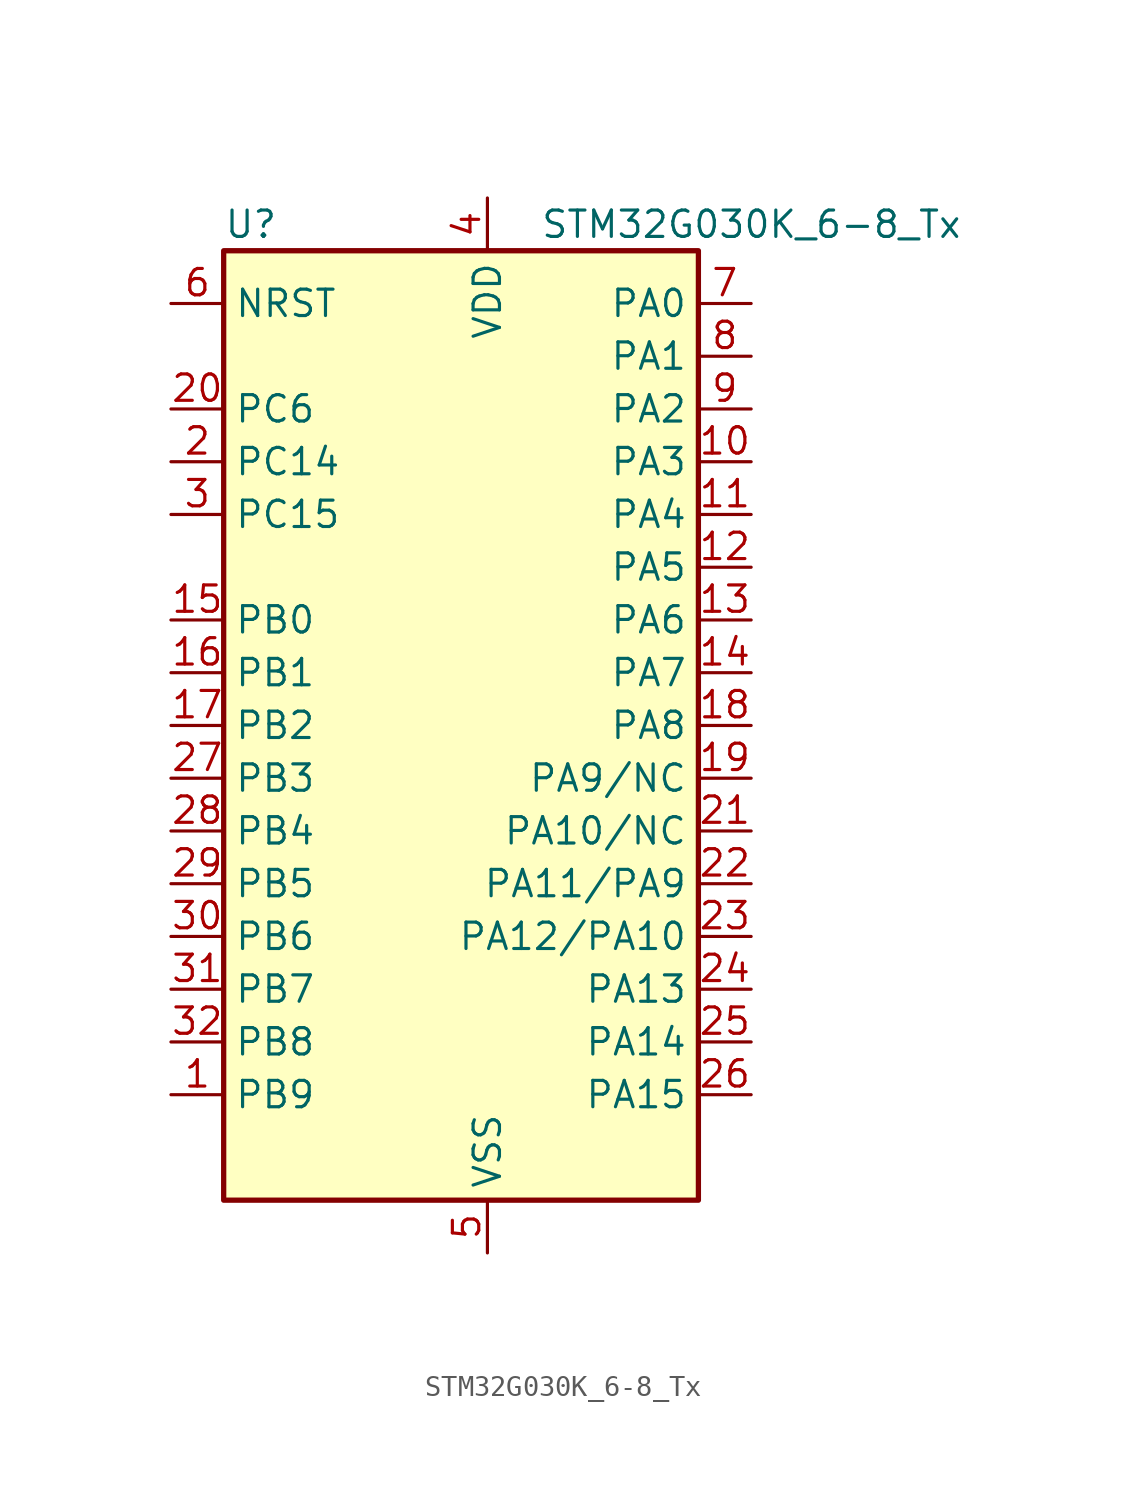
<source format=kicad_sym>
(kicad_symbol_lib
  (version 20220914)
  (generator kicad_symbol_editor)
  (symbol "STM32G030K_6-8_Tx"
    (property "Reference" "U"
      (at -10.16 24.13 0)
      (effects (font (size 1.27 1.27)) (justify left)))
    (property "Value" "STM32G030K_6-8_Tx"
      (at 5.08 24.13 0)
      (effects (font (size 1.27 1.27)) (justify left)))
    (property "ki_locked" ""
      (at 0 0 0)
      (effects (font (size 1.27 1.27))))
    (symbol "STM32G030K_6-8_Tx_0_1"
      (rectangle (start -10.16 -22.86) (end 12.7 22.86) (stroke (width 0.254) (type default)) (fill (type background))))
    (symbol "STM32G030K_6-8_Tx_1_1"
      (pin bidirectional line (at -12.7 -17.78 0) (length 2.54) (name "PB9" (effects (font (size 1.27 1.27)))) (number "1" (effects (font (size 1.27 1.27)))) (alternate "I2C1_SDA" bidirectional line) (alternate "IR_OUT" bidirectional line) (alternate "SPI2_NSS" bidirectional line) (alternate "TIM17_CH1" bidirectional line))
      (pin bidirectional line (at 15.24 12.7 180) (length 2.54) (name "PA3" (effects (font (size 1.27 1.27)))) (number "10" (effects (font (size 1.27 1.27)))) (alternate "ADC1_IN3" bidirectional line) (alternate "SPI2_MISO" bidirectional line) (alternate "USART2_RX" bidirectional line))
      (pin bidirectional line (at 15.24 10.16 180) (length 2.54) (name "PA4" (effects (font (size 1.27 1.27)))) (number "11" (effects (font (size 1.27 1.27)))) (alternate "ADC1_IN4" bidirectional line) (alternate "I2S1_WS" bidirectional line) (alternate "RTC_OUT_ALARM" bidirectional line) (alternate "RTC_OUT_CALIB" bidirectional line) (alternate "RTC_TAMP_IN1" bidirectional line) (alternate "RTC_TS" bidirectional line) (alternate "SPI1_NSS" bidirectional line) (alternate "SPI2_MOSI" bidirectional line) (alternate "SYS_WKUP2" bidirectional line) (alternate "TIM14_CH1" bidirectional line))
      (pin bidirectional line (at 15.24 7.62 180) (length 2.54) (name "PA5" (effects (font (size 1.27 1.27)))) (number "12" (effects (font (size 1.27 1.27)))) (alternate "ADC1_IN5" bidirectional line) (alternate "I2S1_CK" bidirectional line) (alternate "SPI1_SCK" bidirectional line))
      (pin bidirectional line (at 15.24 5.08 180) (length 2.54) (name "PA6" (effects (font (size 1.27 1.27)))) (number "13" (effects (font (size 1.27 1.27)))) (alternate "ADC1_IN6" bidirectional line) (alternate "I2S1_MCK" bidirectional line) (alternate "SPI1_MISO" bidirectional line) (alternate "TIM16_CH1" bidirectional line) (alternate "TIM1_BK" bidirectional line) (alternate "TIM3_CH1" bidirectional line))
      (pin bidirectional line (at 15.24 2.54 180) (length 2.54) (name "PA7" (effects (font (size 1.27 1.27)))) (number "14" (effects (font (size 1.27 1.27)))) (alternate "ADC1_IN7" bidirectional line) (alternate "I2S1_SD" bidirectional line) (alternate "SPI1_MOSI" bidirectional line) (alternate "TIM14_CH1" bidirectional line) (alternate "TIM17_CH1" bidirectional line) (alternate "TIM1_CH1N" bidirectional line) (alternate "TIM3_CH2" bidirectional line))
      (pin bidirectional line (at -12.7 5.08 0) (length 2.54) (name "PB0" (effects (font (size 1.27 1.27)))) (number "15" (effects (font (size 1.27 1.27)))) (alternate "ADC1_IN8" bidirectional line) (alternate "I2S1_WS" bidirectional line) (alternate "SPI1_NSS" bidirectional line) (alternate "TIM1_CH2N" bidirectional line) (alternate "TIM3_CH3" bidirectional line))
      (pin bidirectional line (at -12.7 2.54 0) (length 2.54) (name "PB1" (effects (font (size 1.27 1.27)))) (number "16" (effects (font (size 1.27 1.27)))) (alternate "ADC1_IN9" bidirectional line) (alternate "TIM14_CH1" bidirectional line) (alternate "TIM1_CH3N" bidirectional line) (alternate "TIM3_CH4" bidirectional line))
      (pin bidirectional line (at -12.7 0 0) (length 2.54) (name "PB2" (effects (font (size 1.27 1.27)))) (number "17" (effects (font (size 1.27 1.27)))) (alternate "ADC1_IN10" bidirectional line) (alternate "SPI2_MISO" bidirectional line))
      (pin bidirectional line (at 15.24 0 180) (length 2.54) (name "PA8" (effects (font (size 1.27 1.27)))) (number "18" (effects (font (size 1.27 1.27)))) (alternate "RCC_MCO" bidirectional line) (alternate "SPI2_NSS" bidirectional line) (alternate "TIM1_CH1" bidirectional line))
      (pin bidirectional line (at 15.24 -2.54 180) (length 2.54) (name "PA9/NC" (effects (font (size 1.27 1.27)))) (number "19" (effects (font (size 1.27 1.27)))) (alternate "I2C1_SCL" bidirectional line) (alternate "RCC_MCO" bidirectional line) (alternate "SPI2_MISO" bidirectional line) (alternate "TIM1_CH2" bidirectional line) (alternate "USART1_TX" bidirectional line))
      (pin bidirectional line (at -12.7 12.7 0) (length 2.54) (name "PC14" (effects (font (size 1.27 1.27)))) (number "2" (effects (font (size 1.27 1.27)))) (alternate "RCC_OSC32_IN" bidirectional line) (alternate "RCC_OSC_IN" bidirectional line) (alternate "TIM1_BK2" bidirectional line))
      (pin bidirectional line (at -12.7 15.24 0) (length 2.54) (name "PC6" (effects (font (size 1.27 1.27)))) (number "20" (effects (font (size 1.27 1.27)))) (alternate "TIM3_CH1" bidirectional line))
      (pin bidirectional line (at 15.24 -5.08 180) (length 2.54) (name "PA10/NC" (effects (font (size 1.27 1.27)))) (number "21" (effects (font (size 1.27 1.27)))) (alternate "I2C1_SDA" bidirectional line) (alternate "SPI2_MOSI" bidirectional line) (alternate "TIM17_BK" bidirectional line) (alternate "TIM1_CH3" bidirectional line) (alternate "USART1_RX" bidirectional line))
      (pin bidirectional line (at 15.24 -7.62 180) (length 2.54) (name "PA11/PA9" (effects (font (size 1.27 1.27)))) (number "22" (effects (font (size 1.27 1.27)))) (alternate "ADC1_EXTI11" bidirectional line) (alternate "ADC1_IN15" bidirectional line) (alternate "I2C2_SCL" bidirectional line) (alternate "I2S1_MCK" bidirectional line) (alternate "SPI1_MISO" bidirectional line) (alternate "TIM1_BK2" bidirectional line) (alternate "TIM1_CH4" bidirectional line) (alternate "USART1_CTS" bidirectional line) (alternate "USART1_NSS" bidirectional line))
      (pin bidirectional line (at 15.24 -10.16 180) (length 2.54) (name "PA12/PA10" (effects (font (size 1.27 1.27)))) (number "23" (effects (font (size 1.27 1.27)))) (alternate "ADC1_IN16" bidirectional line) (alternate "I2C2_SDA" bidirectional line) (alternate "I2S1_SD" bidirectional line) (alternate "I2S_CKIN" bidirectional line) (alternate "SPI1_MOSI" bidirectional line) (alternate "TIM1_ETR" bidirectional line) (alternate "USART1_CK" bidirectional line) (alternate "USART1_DE" bidirectional line) (alternate "USART1_RTS" bidirectional line))
      (pin bidirectional line (at 15.24 -12.7 180) (length 2.54) (name "PA13" (effects (font (size 1.27 1.27)))) (number "24" (effects (font (size 1.27 1.27)))) (alternate "ADC1_IN17" bidirectional line) (alternate "IR_OUT" bidirectional line) (alternate "SYS_SWDIO" bidirectional line))
      (pin bidirectional line (at 15.24 -15.24 180) (length 2.54) (name "PA14" (effects (font (size 1.27 1.27)))) (number "25" (effects (font (size 1.27 1.27)))) (alternate "ADC1_IN18" bidirectional line) (alternate "SYS_SWCLK" bidirectional line) (alternate "USART2_TX" bidirectional line))
      (pin bidirectional line (at 15.24 -17.78 180) (length 2.54) (name "PA15" (effects (font (size 1.27 1.27)))) (number "26" (effects (font (size 1.27 1.27)))) (alternate "I2S1_WS" bidirectional line) (alternate "SPI1_NSS" bidirectional line) (alternate "USART2_RX" bidirectional line))
      (pin bidirectional line (at -12.7 -2.54 0) (length 2.54) (name "PB3" (effects (font (size 1.27 1.27)))) (number "27" (effects (font (size 1.27 1.27)))) (alternate "I2S1_CK" bidirectional line) (alternate "SPI1_SCK" bidirectional line) (alternate "TIM1_CH2" bidirectional line) (alternate "USART1_CK" bidirectional line) (alternate "USART1_DE" bidirectional line) (alternate "USART1_RTS" bidirectional line))
      (pin bidirectional line (at -12.7 -5.08 0) (length 2.54) (name "PB4" (effects (font (size 1.27 1.27)))) (number "28" (effects (font (size 1.27 1.27)))) (alternate "I2S1_MCK" bidirectional line) (alternate "SPI1_MISO" bidirectional line) (alternate "TIM17_BK" bidirectional line) (alternate "TIM3_CH1" bidirectional line) (alternate "USART1_CTS" bidirectional line) (alternate "USART1_NSS" bidirectional line))
      (pin bidirectional line (at -12.7 -7.62 0) (length 2.54) (name "PB5" (effects (font (size 1.27 1.27)))) (number "29" (effects (font (size 1.27 1.27)))) (alternate "I2C1_SMBA" bidirectional line) (alternate "I2S1_SD" bidirectional line) (alternate "SPI1_MOSI" bidirectional line) (alternate "SYS_WKUP6" bidirectional line) (alternate "TIM16_BK" bidirectional line) (alternate "TIM3_CH2" bidirectional line))
      (pin bidirectional line (at -12.7 10.16 0) (length 2.54) (name "PC15" (effects (font (size 1.27 1.27)))) (number "3" (effects (font (size 1.27 1.27)))) (alternate "RCC_OSC32_EN" bidirectional line) (alternate "RCC_OSC32_OUT" bidirectional line) (alternate "RCC_OSC_EN" bidirectional line))
      (pin bidirectional line (at -12.7 -10.16 0) (length 2.54) (name "PB6" (effects (font (size 1.27 1.27)))) (number "30" (effects (font (size 1.27 1.27)))) (alternate "I2C1_SCL" bidirectional line) (alternate "SPI2_MISO" bidirectional line) (alternate "TIM16_CH1N" bidirectional line) (alternate "TIM1_CH3" bidirectional line) (alternate "USART1_TX" bidirectional line))
      (pin bidirectional line (at -12.7 -12.7 0) (length 2.54) (name "PB7" (effects (font (size 1.27 1.27)))) (number "31" (effects (font (size 1.27 1.27)))) (alternate "ADC1_IN11" bidirectional line) (alternate "I2C1_SDA" bidirectional line) (alternate "SPI2_MOSI" bidirectional line) (alternate "SYS_PVD_IN" bidirectional line) (alternate "TIM17_CH1N" bidirectional line) (alternate "USART1_RX" bidirectional line))
      (pin bidirectional line (at -12.7 -15.24 0) (length 2.54) (name "PB8" (effects (font (size 1.27 1.27)))) (number "32" (effects (font (size 1.27 1.27)))) (alternate "I2C1_SCL" bidirectional line) (alternate "SPI2_SCK" bidirectional line) (alternate "TIM16_CH1" bidirectional line))
      (pin power_in line (at 2.54 25.4 270) (length 2.54) (name "VDD" (effects (font (size 1.27 1.27)))) (number "4" (effects (font (size 1.27 1.27)))))
      (pin power_in line (at 2.54 -25.4 90) (length 2.54) (name "VSS" (effects (font (size 1.27 1.27)))) (number "5" (effects (font (size 1.27 1.27)))))
      (pin input line (at -12.7 20.32 0) (length 2.54) (name "NRST" (effects (font (size 1.27 1.27)))) (number "6" (effects (font (size 1.27 1.27)))))
      (pin bidirectional line (at 15.24 20.32 180) (length 2.54) (name "PA0" (effects (font (size 1.27 1.27)))) (number "7" (effects (font (size 1.27 1.27)))) (alternate "ADC1_IN0" bidirectional line) (alternate "RTC_TAMP_IN2" bidirectional line) (alternate "SPI2_SCK" bidirectional line) (alternate "SYS_WKUP1" bidirectional line) (alternate "USART2_CTS" bidirectional line) (alternate "USART2_NSS" bidirectional line))
      (pin bidirectional line (at 15.24 17.78 180) (length 2.54) (name "PA1" (effects (font (size 1.27 1.27)))) (number "8" (effects (font (size 1.27 1.27)))) (alternate "ADC1_IN1" bidirectional line) (alternate "I2C1_SMBA" bidirectional line) (alternate "I2S1_CK" bidirectional line) (alternate "SPI1_SCK" bidirectional line) (alternate "USART2_CK" bidirectional line) (alternate "USART2_DE" bidirectional line) (alternate "USART2_RTS" bidirectional line))
      (pin bidirectional line (at 15.24 15.24 180) (length 2.54) (name "PA2" (effects (font (size 1.27 1.27)))) (number "9" (effects (font (size 1.27 1.27)))) (alternate "ADC1_IN2" bidirectional line) (alternate "I2S1_SD" bidirectional line) (alternate "RCC_LSCO" bidirectional line) (alternate "SPI1_MOSI" bidirectional line) (alternate "SYS_WKUP4" bidirectional line) (alternate "USART2_TX" bidirectional line)))))
</source>
